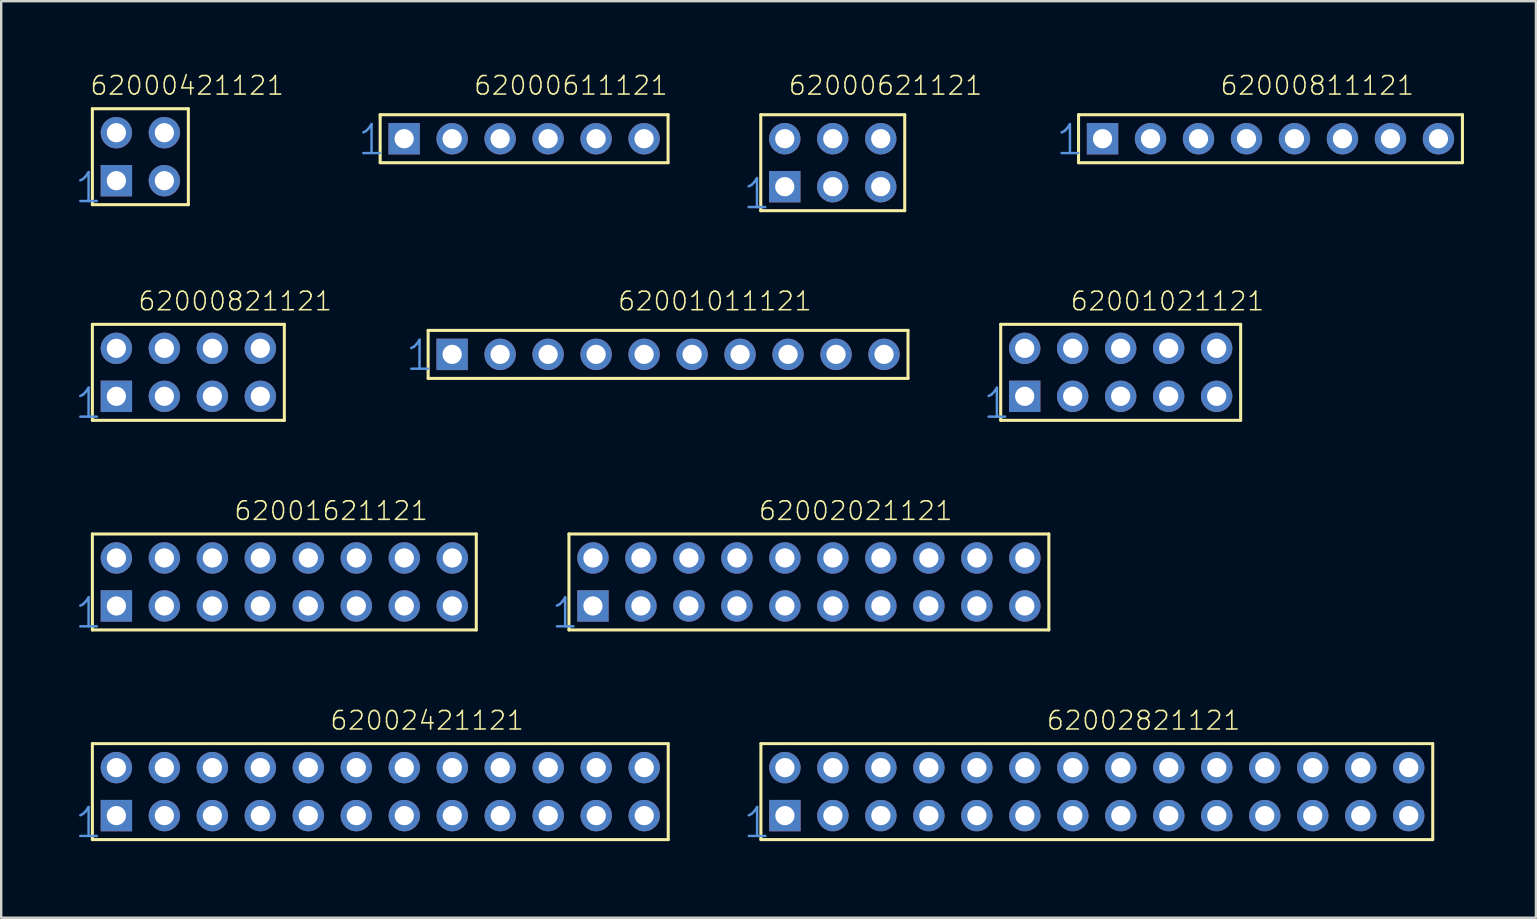
<source format=kicad_pcb>
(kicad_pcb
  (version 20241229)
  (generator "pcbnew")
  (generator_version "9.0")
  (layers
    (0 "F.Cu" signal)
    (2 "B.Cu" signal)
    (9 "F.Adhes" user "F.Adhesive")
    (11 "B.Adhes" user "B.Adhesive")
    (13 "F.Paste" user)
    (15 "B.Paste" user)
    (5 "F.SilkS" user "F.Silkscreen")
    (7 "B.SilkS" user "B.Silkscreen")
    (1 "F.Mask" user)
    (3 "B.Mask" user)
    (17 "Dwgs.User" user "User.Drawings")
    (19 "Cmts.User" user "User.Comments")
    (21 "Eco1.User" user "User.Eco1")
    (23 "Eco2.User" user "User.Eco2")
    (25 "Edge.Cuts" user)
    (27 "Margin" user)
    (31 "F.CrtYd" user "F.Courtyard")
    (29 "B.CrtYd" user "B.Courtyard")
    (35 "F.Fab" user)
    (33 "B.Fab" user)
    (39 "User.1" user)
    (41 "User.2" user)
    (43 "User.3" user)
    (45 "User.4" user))
  (footprint "62001021121"
    (layer "F.Cu")
    (at 43.657 12.468)
    (property "Reference" "62001021121" (at -2.136 -2.513 0) (layer "F.SilkS") (effects (font (size 0.772 0.772) (thickness 0.065)) (justify left bottom)))
    (attr through_hole)
    (fp_line (start -5 -2) (end -5 2) (stroke (width 0.127) (type solid)) (layer "F.SilkS"))
    (fp_line (start -5 2) (end 5 2) (stroke (width 0.127) (type solid)) (layer "F.SilkS"))
    (fp_line (start 5 -2) (end -5 -2) (stroke (width 0.127) (type solid)) (layer "F.SilkS"))
    (fp_line (start 5 2) (end 5 -2) (stroke (width 0.127) (type solid)) (layer "F.SilkS"))
    (fp_text user "1" (at -5.8 2 0) (layer "Cmts.User") (effects (font (size 1.206 1.206) (thickness 0.102)) (justify left bottom)))
    (pad "1" thru_hole rect (at -4 1) (size 1.308 1.308) (drill 0.8) (layers "*.Cu" "*.Mask"))
    (pad "2" thru_hole circle (at -2 1) (size 1.308 1.308) (drill 0.8) (layers "*.Cu" "*.Mask"))
    (pad "3" thru_hole circle (at 0 1) (size 1.308 1.308) (drill 0.8) (layers "*.Cu" "*.Mask"))
    (pad "4" thru_hole circle (at 2 1) (size 1.308 1.308) (drill 0.8) (layers "*.Cu" "*.Mask"))
    (pad "5" thru_hole circle (at 4 1) (size 1.308 1.308) (drill 0.8) (layers "*.Cu" "*.Mask"))
    (pad "6" thru_hole circle (at 4 -1) (size 1.308 1.308) (drill 0.8) (layers "*.Cu" "*.Mask"))
    (pad "7" thru_hole circle (at 2 -1) (size 1.308 1.308) (drill 0.8) (layers "*.Cu" "*.Mask"))
    (pad "8" thru_hole circle (at 0 -1) (size 1.308 1.308) (drill 0.8) (layers "*.Cu" "*.Mask"))
    (pad "9" thru_hole circle (at -2 -1) (size 1.308 1.308) (drill 0.8) (layers "*.Cu" "*.Mask"))
    (pad "10" thru_hole circle (at -4 -1) (size 1.308 1.308) (drill 0.8) (layers "*.Cu" "*.Mask")))
  (footprint "62001621121"
    (layer "F.Cu")
    (at 8.8 21.205)
    (property "Reference" "62001621121" (at -2.136 -2.513 0) (layer "F.SilkS") (effects (font (size 0.772 0.772) (thickness 0.065)) (justify left bottom)))
    (attr through_hole)
    (fp_line (start -8 -2) (end -8 2) (stroke (width 0.127) (type solid)) (layer "F.SilkS"))
    (fp_line (start -8 2) (end 8 2) (stroke (width 0.127) (type solid)) (layer "F.SilkS"))
    (fp_line (start 8 -2) (end -8 -2) (stroke (width 0.127) (type solid)) (layer "F.SilkS"))
    (fp_line (start 8 2) (end 8 -2) (stroke (width 0.127) (type solid)) (layer "F.SilkS"))
    (fp_text user "1" (at -8.8 2 0) (layer "Cmts.User") (effects (font (size 1.206 1.206) (thickness 0.102)) (justify left bottom)))
    (pad "1" thru_hole rect (at -7 1) (size 1.308 1.308) (drill 0.8) (layers "*.Cu" "*.Mask"))
    (pad "2" thru_hole circle (at -5 1) (size 1.308 1.308) (drill 0.8) (layers "*.Cu" "*.Mask"))
    (pad "3" thru_hole circle (at -3 1) (size 1.308 1.308) (drill 0.8) (layers "*.Cu" "*.Mask"))
    (pad "4" thru_hole circle (at -1 1) (size 1.308 1.308) (drill 0.8) (layers "*.Cu" "*.Mask"))
    (pad "5" thru_hole circle (at 1 1) (size 1.308 1.308) (drill 0.8) (layers "*.Cu" "*.Mask"))
    (pad "6" thru_hole circle (at 3 1) (size 1.308 1.308) (drill 0.8) (layers "*.Cu" "*.Mask"))
    (pad "7" thru_hole circle (at 5 1) (size 1.308 1.308) (drill 0.8) (layers "*.Cu" "*.Mask"))
    (pad "8" thru_hole circle (at 7 1) (size 1.308 1.308) (drill 0.8) (layers "*.Cu" "*.Mask"))
    (pad "9" thru_hole circle (at 7 -1) (size 1.308 1.308) (drill 0.8) (layers "*.Cu" "*.Mask"))
    (pad "10" thru_hole circle (at 5 -1) (size 1.308 1.308) (drill 0.8) (layers "*.Cu" "*.Mask"))
    (pad "11" thru_hole circle (at 3 -1) (size 1.308 1.308) (drill 0.8) (layers "*.Cu" "*.Mask"))
    (pad "12" thru_hole circle (at 1 -1) (size 1.308 1.308) (drill 0.8) (layers "*.Cu" "*.Mask"))
    (pad "13" thru_hole circle (at -1 -1) (size 1.308 1.308) (drill 0.8) (layers "*.Cu" "*.Mask"))
    (pad "14" thru_hole circle (at -3 -1) (size 1.308 1.308) (drill 0.8) (layers "*.Cu" "*.Mask"))
    (pad "15" thru_hole circle (at -5 -1) (size 1.308 1.308) (drill 0.8) (layers "*.Cu" "*.Mask"))
    (pad "16" thru_hole circle (at -7 -1) (size 1.308 1.308) (drill 0.8) (layers "*.Cu" "*.Mask")))
  (footprint "62002821121"
    (layer "F.Cu")
    (at 42.663 29.943)
    (property "Reference" "62002821121" (at -2.136 -2.513 0) (layer "F.SilkS") (effects (font (size 0.772 0.772) (thickness 0.065)) (justify left bottom)))
    (attr through_hole)
    (fp_line (start -14 -2) (end 14 -2) (stroke (width 0.127) (type solid)) (layer "F.SilkS"))
    (fp_line (start -14 2) (end -14 -2) (stroke (width 0.127) (type solid)) (layer "F.SilkS"))
    (fp_line (start 14 -2) (end 14 2) (stroke (width 0.127) (type solid)) (layer "F.SilkS"))
    (fp_line (start 14 2) (end -14 2) (stroke (width 0.127) (type solid)) (layer "F.SilkS"))
    (fp_text user "1" (at -14.8 2 0) (layer "Cmts.User") (effects (font (size 1.206 1.206) (thickness 0.102)) (justify left bottom)))
    (pad "1" thru_hole circle (at -13 -1) (size 1.308 1.308) (drill 0.8) (layers "*.Cu" "*.Mask"))
    (pad "2" thru_hole rect (at -13 1) (size 1.308 1.308) (drill 0.8) (layers "*.Cu" "*.Mask"))
    (pad "3" thru_hole circle (at -11 -1) (size 1.308 1.308) (drill 0.8) (layers "*.Cu" "*.Mask"))
    (pad "4" thru_hole circle (at -11 1) (size 1.308 1.308) (drill 0.8) (layers "*.Cu" "*.Mask"))
    (pad "5" thru_hole circle (at -9 -1) (size 1.308 1.308) (drill 0.8) (layers "*.Cu" "*.Mask"))
    (pad "6" thru_hole circle (at -9 1) (size 1.308 1.308) (drill 0.8) (layers "*.Cu" "*.Mask"))
    (pad "7" thru_hole circle (at -7 -1) (size 1.308 1.308) (drill 0.8) (layers "*.Cu" "*.Mask"))
    (pad "8" thru_hole circle (at -7 1) (size 1.308 1.308) (drill 0.8) (layers "*.Cu" "*.Mask"))
    (pad "9" thru_hole circle (at -5 -1) (size 1.308 1.308) (drill 0.8) (layers "*.Cu" "*.Mask"))
    (pad "10" thru_hole circle (at -5 1) (size 1.308 1.308) (drill 0.8) (layers "*.Cu" "*.Mask"))
    (pad "11" thru_hole circle (at -3 -1) (size 1.308 1.308) (drill 0.8) (layers "*.Cu" "*.Mask"))
    (pad "12" thru_hole circle (at -3 1) (size 1.308 1.308) (drill 0.8) (layers "*.Cu" "*.Mask"))
    (pad "13" thru_hole circle (at -1 -1) (size 1.308 1.308) (drill 0.8) (layers "*.Cu" "*.Mask"))
    (pad "14" thru_hole circle (at -1 1) (size 1.308 1.308) (drill 0.8) (layers "*.Cu" "*.Mask"))
    (pad "15" thru_hole circle (at 1 -1) (size 1.308 1.308) (drill 0.8) (layers "*.Cu" "*.Mask"))
    (pad "16" thru_hole circle (at 1 1) (size 1.308 1.308) (drill 0.8) (layers "*.Cu" "*.Mask"))
    (pad "17" thru_hole circle (at 3 -1) (size 1.308 1.308) (drill 0.8) (layers "*.Cu" "*.Mask"))
    (pad "18" thru_hole circle (at 3 1) (size 1.308 1.308) (drill 0.8) (layers "*.Cu" "*.Mask"))
    (pad "19" thru_hole circle (at 5 -1) (size 1.308 1.308) (drill 0.8) (layers "*.Cu" "*.Mask"))
    (pad "20" thru_hole circle (at 5 1) (size 1.308 1.308) (drill 0.8) (layers "*.Cu" "*.Mask"))
    (pad "21" thru_hole circle (at 7 -1) (size 1.308 1.308) (drill 0.8) (layers "*.Cu" "*.Mask"))
    (pad "22" thru_hole circle (at 7 1) (size 1.308 1.308) (drill 0.8) (layers "*.Cu" "*.Mask"))
    (pad "23" thru_hole circle (at 9 -1) (size 1.308 1.308) (drill 0.8) (layers "*.Cu" "*.Mask"))
    (pad "24" thru_hole circle (at 9 1) (size 1.308 1.308) (drill 0.8) (layers "*.Cu" "*.Mask"))
    (pad "25" thru_hole circle (at 11 -1) (size 1.308 1.308) (drill 0.8) (layers "*.Cu" "*.Mask"))
    (pad "26" thru_hole circle (at 11 1) (size 1.308 1.308) (drill 0.8) (layers "*.Cu" "*.Mask"))
    (pad "27" thru_hole circle (at 13 -1) (size 1.308 1.308) (drill 0.8) (layers "*.Cu" "*.Mask"))
    (pad "28" thru_hole circle (at 13 1) (size 1.308 1.308) (drill 0.8) (layers "*.Cu" "*.Mask")))
  (footprint "62000421121"
    (layer "F.Cu")
    (at 2.8 3.481)
    (property "Reference" "62000421121" (at -2.136 -2.513 0) (layer "F.SilkS") (effects (font (size 0.772 0.772) (thickness 0.065)) (justify left bottom)))
    (attr through_hole)
    (fp_line (start -2 -2) (end -2 2) (stroke (width 0.127) (type solid)) (layer "F.SilkS"))
    (fp_line (start -2 2) (end 2 2) (stroke (width 0.127) (type solid)) (layer "F.SilkS"))
    (fp_line (start 2 -2) (end -2 -2) (stroke (width 0.127) (type solid)) (layer "F.SilkS"))
    (fp_line (start 2 2) (end 2 -2) (stroke (width 0.127) (type solid)) (layer "F.SilkS"))
    (fp_text user "1" (at -2.8 2 0) (layer "Cmts.User") (effects (font (size 1.206 1.206) (thickness 0.102)) (justify left bottom)))
    (pad "1" thru_hole rect (at -1 1) (size 1.308 1.308) (drill 0.8) (layers "*.Cu" "*.Mask"))
    (pad "2" thru_hole circle (at 1 1) (size 1.308 1.308) (drill 0.8) (layers "*.Cu" "*.Mask"))
    (pad "3" thru_hole circle (at 1 -1) (size 1.308 1.308) (drill 0.8) (layers "*.Cu" "*.Mask"))
    (pad "4" thru_hole circle (at -1 -1) (size 1.308 1.308) (drill 0.8) (layers "*.Cu" "*.Mask")))
  (footprint "62000821121"
    (layer "F.Cu")
    (at 4.8 12.468)
    (property "Reference" "62000821121" (at -2.136 -2.513 0) (layer "F.SilkS") (effects (font (size 0.772 0.772) (thickness 0.065)) (justify left bottom)))
    (attr through_hole)
    (fp_line (start -4 -2) (end -4 2) (stroke (width 0.127) (type solid)) (layer "F.SilkS"))
    (fp_line (start -4 2) (end 4 2) (stroke (width 0.127) (type solid)) (layer "F.SilkS"))
    (fp_line (start 4 -2) (end -4 -2) (stroke (width 0.127) (type solid)) (layer "F.SilkS"))
    (fp_line (start 4 2) (end 4 -2) (stroke (width 0.127) (type solid)) (layer "F.SilkS"))
    (fp_text user "1" (at -4.8 2 0) (layer "Cmts.User") (effects (font (size 1.206 1.206) (thickness 0.102)) (justify left bottom)))
    (pad "1" thru_hole rect (at -3 1) (size 1.308 1.308) (drill 0.8) (layers "*.Cu" "*.Mask"))
    (pad "2" thru_hole circle (at -1 1) (size 1.308 1.308) (drill 0.8) (layers "*.Cu" "*.Mask"))
    (pad "3" thru_hole circle (at 1 1) (size 1.308 1.308) (drill 0.8) (layers "*.Cu" "*.Mask"))
    (pad "4" thru_hole circle (at 3 1) (size 1.308 1.308) (drill 0.8) (layers "*.Cu" "*.Mask"))
    (pad "5" thru_hole circle (at 3 -1) (size 1.308 1.308) (drill 0.8) (layers "*.Cu" "*.Mask"))
    (pad "6" thru_hole circle (at 1 -1) (size 1.308 1.308) (drill 0.8) (layers "*.Cu" "*.Mask"))
    (pad "7" thru_hole circle (at -1 -1) (size 1.308 1.308) (drill 0.8) (layers "*.Cu" "*.Mask"))
    (pad "8" thru_hole circle (at -3 -1) (size 1.308 1.308) (drill 0.8) (layers "*.Cu" "*.Mask")))
  (footprint "62000611121"
    (layer "F.Cu")
    (at 18.794 2.732)
    (property "Reference" "62000611121" (at -2.136 -1.765 0) (layer "F.SilkS") (effects (font (size 0.772 0.772) (thickness 0.065)) (justify left bottom)))
    (attr through_hole)
    (fp_line (start -6 -1) (end -6 1) (stroke (width 0.127) (type solid)) (layer "F.SilkS"))
    (fp_line (start -6 1) (end 6 1) (stroke (width 0.127) (type solid)) (layer "F.SilkS"))
    (fp_line (start 6 -1) (end -6 -1) (stroke (width 0.127) (type solid)) (layer "F.SilkS"))
    (fp_line (start 6 1) (end 6 -1) (stroke (width 0.127) (type solid)) (layer "F.SilkS"))
    (fp_text user "1" (at -7 0.75 0) (layer "Cmts.User") (effects (font (size 1.206 1.206) (thickness 0.102)) (justify left bottom)))
    (pad "1" thru_hole rect (at -5 0) (size 1.308 1.308) (drill 0.8) (layers "*.Cu" "*.Mask"))
    (pad "2" thru_hole circle (at -3 0) (size 1.308 1.308) (drill 0.8) (layers "*.Cu" "*.Mask"))
    (pad "3" thru_hole circle (at -1 0) (size 1.308 1.308) (drill 0.8) (layers "*.Cu" "*.Mask"))
    (pad "4" thru_hole circle (at 1 0) (size 1.308 1.308) (drill 0.8) (layers "*.Cu" "*.Mask"))
    (pad "5" thru_hole circle (at 3 0) (size 1.308 1.308) (drill 0.8) (layers "*.Cu" "*.Mask"))
    (pad "6" thru_hole circle (at 5 0) (size 1.308 1.308) (drill 0.8) (layers "*.Cu" "*.Mask")))
  (footprint "62000811121"
    (layer "F.Cu")
    (at 49.901 2.732)
    (property "Reference" "62000811121" (at -2.136 -1.765 0) (layer "F.SilkS") (effects (font (size 0.772 0.772) (thickness 0.065)) (justify left bottom)))
    (attr through_hole)
    (fp_line (start -8 -1) (end -8 1) (stroke (width 0.127) (type solid)) (layer "F.SilkS"))
    (fp_line (start -8 1) (end 8 1) (stroke (width 0.127) (type solid)) (layer "F.SilkS"))
    (fp_line (start 8 -1) (end -8 -1) (stroke (width 0.127) (type solid)) (layer "F.SilkS"))
    (fp_line (start 8 1) (end 8 -1) (stroke (width 0.127) (type solid)) (layer "F.SilkS"))
    (fp_text user "1" (at -9 0.75 0) (layer "Cmts.User") (effects (font (size 1.206 1.206) (thickness 0.102)) (justify left bottom)))
    (pad "1" thru_hole rect (at -7 0) (size 1.308 1.308) (drill 0.8) (layers "*.Cu" "*.Mask"))
    (pad "2" thru_hole circle (at -5 0) (size 1.308 1.308) (drill 0.8) (layers "*.Cu" "*.Mask"))
    (pad "3" thru_hole circle (at -3 0) (size 1.308 1.308) (drill 0.8) (layers "*.Cu" "*.Mask"))
    (pad "4" thru_hole circle (at -1 0) (size 1.308 1.308) (drill 0.8) (layers "*.Cu" "*.Mask"))
    (pad "5" thru_hole circle (at 1 0) (size 1.308 1.308) (drill 0.8) (layers "*.Cu" "*.Mask"))
    (pad "6" thru_hole circle (at 3 0) (size 1.308 1.308) (drill 0.8) (layers "*.Cu" "*.Mask"))
    (pad "7" thru_hole circle (at 5 0) (size 1.308 1.308) (drill 0.8) (layers "*.Cu" "*.Mask"))
    (pad "8" thru_hole circle (at 7 0) (size 1.308 1.308) (drill 0.8) (layers "*.Cu" "*.Mask")))
  (footprint "62002021121"
    (layer "F.Cu")
    (at 30.663 21.205)
    (property "Reference" "62002021121" (at -2.136 -2.513 0) (layer "F.SilkS") (effects (font (size 0.772 0.772) (thickness 0.065)) (justify left bottom)))
    (attr through_hole)
    (fp_line (start -10 -2) (end -10 2) (stroke (width 0.127) (type solid)) (layer "F.SilkS"))
    (fp_line (start -10 2) (end 10 2) (stroke (width 0.127) (type solid)) (layer "F.SilkS"))
    (fp_line (start 10 -2) (end -10 -2) (stroke (width 0.127) (type solid)) (layer "F.SilkS"))
    (fp_line (start 10 2) (end 10 -2) (stroke (width 0.127) (type solid)) (layer "F.SilkS"))
    (fp_text user "1" (at -10.8 2 0) (layer "Cmts.User") (effects (font (size 1.206 1.206) (thickness 0.102)) (justify left bottom)))
    (pad "1" thru_hole rect (at -9 1) (size 1.308 1.308) (drill 0.8) (layers "*.Cu" "*.Mask"))
    (pad "2" thru_hole circle (at -7 1) (size 1.308 1.308) (drill 0.8) (layers "*.Cu" "*.Mask"))
    (pad "3" thru_hole circle (at -5 1) (size 1.308 1.308) (drill 0.8) (layers "*.Cu" "*.Mask"))
    (pad "4" thru_hole circle (at -3 1) (size 1.308 1.308) (drill 0.8) (layers "*.Cu" "*.Mask"))
    (pad "5" thru_hole circle (at -1 1) (size 1.308 1.308) (drill 0.8) (layers "*.Cu" "*.Mask"))
    (pad "6" thru_hole circle (at 1 1) (size 1.308 1.308) (drill 0.8) (layers "*.Cu" "*.Mask"))
    (pad "7" thru_hole circle (at 3 1) (size 1.308 1.308) (drill 0.8) (layers "*.Cu" "*.Mask"))
    (pad "8" thru_hole circle (at 5 1) (size 1.308 1.308) (drill 0.8) (layers "*.Cu" "*.Mask"))
    (pad "9" thru_hole circle (at 7 1) (size 1.308 1.308) (drill 0.8) (layers "*.Cu" "*.Mask"))
    (pad "10" thru_hole circle (at 9 1) (size 1.308 1.308) (drill 0.8) (layers "*.Cu" "*.Mask"))
    (pad "11" thru_hole circle (at 9 -1) (size 1.308 1.308) (drill 0.8) (layers "*.Cu" "*.Mask"))
    (pad "12" thru_hole circle (at 7 -1) (size 1.308 1.308) (drill 0.8) (layers "*.Cu" "*.Mask"))
    (pad "13" thru_hole circle (at 5 -1) (size 1.308 1.308) (drill 0.8) (layers "*.Cu" "*.Mask"))
    (pad "14" thru_hole circle (at 3 -1) (size 1.308 1.308) (drill 0.8) (layers "*.Cu" "*.Mask"))
    (pad "15" thru_hole circle (at 1 -1) (size 1.308 1.308) (drill 0.8) (layers "*.Cu" "*.Mask"))
    (pad "16" thru_hole circle (at -1 -1) (size 1.308 1.308) (drill 0.8) (layers "*.Cu" "*.Mask"))
    (pad "17" thru_hole circle (at -3 -1) (size 1.308 1.308) (drill 0.8) (layers "*.Cu" "*.Mask"))
    (pad "18" thru_hole circle (at -5 -1) (size 1.308 1.308) (drill 0.8) (layers "*.Cu" "*.Mask"))
    (pad "19" thru_hole circle (at -7 -1) (size 1.308 1.308) (drill 0.8) (layers "*.Cu" "*.Mask"))
    (pad "20" thru_hole circle (at -9 -1) (size 1.308 1.308) (drill 0.8) (layers "*.Cu" "*.Mask")))
  (footprint "62001011121"
    (layer "F.Cu")
    (at 24.794 11.72)
    (property "Reference" "62001011121" (at -2.136 -1.765 0) (layer "F.SilkS") (effects (font (size 0.772 0.772) (thickness 0.065)) (justify left bottom)))
    (attr through_hole)
    (fp_line (start -10 -1) (end 10 -1) (stroke (width 0.127) (type solid)) (layer "F.SilkS"))
    (fp_line (start -10 1) (end -10 -1) (stroke (width 0.127) (type solid)) (layer "F.SilkS"))
    (fp_line (start 10 -1) (end 10 1) (stroke (width 0.127) (type solid)) (layer "F.SilkS"))
    (fp_line (start 10 1) (end -10 1) (stroke (width 0.127) (type solid)) (layer "F.SilkS"))
    (fp_text user "1" (at -11 0.75 0) (layer "Cmts.User") (effects (font (size 1.206 1.206) (thickness 0.102)) (justify left bottom)))
    (pad "1" thru_hole rect (at -9 0) (size 1.308 1.308) (drill 0.8) (layers "*.Cu" "*.Mask"))
    (pad "2" thru_hole circle (at -7 0) (size 1.308 1.308) (drill 0.8) (layers "*.Cu" "*.Mask"))
    (pad "3" thru_hole circle (at -5 0) (size 1.308 1.308) (drill 0.8) (layers "*.Cu" "*.Mask"))
    (pad "4" thru_hole circle (at -3 0) (size 1.308 1.308) (drill 0.8) (layers "*.Cu" "*.Mask"))
    (pad "5" thru_hole circle (at -1 0) (size 1.308 1.308) (drill 0.8) (layers "*.Cu" "*.Mask"))
    (pad "6" thru_hole circle (at 1 0) (size 1.308 1.308) (drill 0.8) (layers "*.Cu" "*.Mask"))
    (pad "7" thru_hole circle (at 3 0) (size 1.308 1.308) (drill 0.8) (layers "*.Cu" "*.Mask"))
    (pad "8" thru_hole circle (at 5 0) (size 1.308 1.308) (drill 0.8) (layers "*.Cu" "*.Mask"))
    (pad "9" thru_hole circle (at 7 0) (size 1.308 1.308) (drill 0.8) (layers "*.Cu" "*.Mask"))
    (pad "10" thru_hole circle (at 9 0) (size 1.308 1.308) (drill 0.8) (layers "*.Cu" "*.Mask")))
  (footprint "62002421121"
    (layer "F.Cu")
    (at 12.8 29.943)
    (property "Reference" "62002421121" (at -2.136 -2.513 0) (layer "F.SilkS") (effects (font (size 0.772 0.772) (thickness 0.065)) (justify left bottom)))
    (attr through_hole)
    (fp_line (start -12 -2) (end -12 2) (stroke (width 0.127) (type solid)) (layer "F.SilkS"))
    (fp_line (start -12 2) (end 12 2) (stroke (width 0.127) (type solid)) (layer "F.SilkS"))
    (fp_line (start 12 -2) (end -12 -2) (stroke (width 0.127) (type solid)) (layer "F.SilkS"))
    (fp_line (start 12 2) (end 12 -2) (stroke (width 0.127) (type solid)) (layer "F.SilkS"))
    (fp_text user "1" (at -12.8 2 0) (layer "Cmts.User") (effects (font (size 1.206 1.206) (thickness 0.102)) (justify left bottom)))
    (pad "1" thru_hole rect (at -11 1) (size 1.308 1.308) (drill 0.8) (layers "*.Cu" "*.Mask"))
    (pad "2" thru_hole circle (at -9 1) (size 1.308 1.308) (drill 0.8) (layers "*.Cu" "*.Mask"))
    (pad "3" thru_hole circle (at -7 1) (size 1.308 1.308) (drill 0.8) (layers "*.Cu" "*.Mask"))
    (pad "4" thru_hole circle (at -5 1) (size 1.308 1.308) (drill 0.8) (layers "*.Cu" "*.Mask"))
    (pad "5" thru_hole circle (at -3 1) (size 1.308 1.308) (drill 0.8) (layers "*.Cu" "*.Mask"))
    (pad "6" thru_hole circle (at -1 1) (size 1.308 1.308) (drill 0.8) (layers "*.Cu" "*.Mask"))
    (pad "7" thru_hole circle (at 1 1) (size 1.308 1.308) (drill 0.8) (layers "*.Cu" "*.Mask"))
    (pad "8" thru_hole circle (at 3 1) (size 1.308 1.308) (drill 0.8) (layers "*.Cu" "*.Mask"))
    (pad "9" thru_hole circle (at 5 1) (size 1.308 1.308) (drill 0.8) (layers "*.Cu" "*.Mask"))
    (pad "10" thru_hole circle (at 7 1) (size 1.308 1.308) (drill 0.8) (layers "*.Cu" "*.Mask"))
    (pad "11" thru_hole circle (at 9 1) (size 1.308 1.308) (drill 0.8) (layers "*.Cu" "*.Mask"))
    (pad "12" thru_hole circle (at 11 1) (size 1.308 1.308) (drill 0.8) (layers "*.Cu" "*.Mask"))
    (pad "13" thru_hole circle (at 11 -1) (size 1.308 1.308) (drill 0.8) (layers "*.Cu" "*.Mask"))
    (pad "14" thru_hole circle (at 9 -1) (size 1.308 1.308) (drill 0.8) (layers "*.Cu" "*.Mask"))
    (pad "15" thru_hole circle (at 7 -1) (size 1.308 1.308) (drill 0.8) (layers "*.Cu" "*.Mask"))
    (pad "16" thru_hole circle (at 5 -1) (size 1.308 1.308) (drill 0.8) (layers "*.Cu" "*.Mask"))
    (pad "17" thru_hole circle (at 3 -1) (size 1.308 1.308) (drill 0.8) (layers "*.Cu" "*.Mask"))
    (pad "18" thru_hole circle (at 1 -1) (size 1.308 1.308) (drill 0.8) (layers "*.Cu" "*.Mask"))
    (pad "19" thru_hole circle (at -1 -1) (size 1.308 1.308) (drill 0.8) (layers "*.Cu" "*.Mask"))
    (pad "20" thru_hole circle (at -3 -1) (size 1.308 1.308) (drill 0.8) (layers "*.Cu" "*.Mask"))
    (pad "21" thru_hole circle (at -5 -1) (size 1.308 1.308) (drill 0.8) (layers "*.Cu" "*.Mask"))
    (pad "22" thru_hole circle (at -7 -1) (size 1.308 1.308) (drill 0.8) (layers "*.Cu" "*.Mask"))
    (pad "23" thru_hole circle (at -9 -1) (size 1.308 1.308) (drill 0.8) (layers "*.Cu" "*.Mask"))
    (pad "24" thru_hole circle (at -11 -1) (size 1.308 1.308) (drill 0.8) (layers "*.Cu" "*.Mask")))
  (footprint "62000621121"
    (layer "F.Cu")
    (at 31.657 3.731)
    (property "Reference" "62000621121" (at -1.886 -2.763 0) (layer "F.SilkS") (effects (font (size 0.772 0.772) (thickness 0.065)) (justify left bottom)))
    (attr through_hole)
    (fp_line (start -3 -2) (end -3 2) (stroke (width 0.127) (type solid)) (layer "F.SilkS"))
    (fp_line (start -3 2) (end 3 2) (stroke (width 0.127) (type solid)) (layer "F.SilkS"))
    (fp_line (start 3 -2) (end -3 -2) (stroke (width 0.127) (type solid)) (layer "F.SilkS"))
    (fp_line (start 3 2) (end 3 -2) (stroke (width 0.127) (type solid)) (layer "F.SilkS"))
    (fp_text user "1" (at -3.8 2 0) (layer "Cmts.User") (effects (font (size 1.206 1.206) (thickness 0.102)) (justify left bottom)))
    (pad "1" thru_hole rect (at -2 1) (size 1.308 1.308) (drill 0.8) (layers "*.Cu" "*.Mask"))
    (pad "2" thru_hole circle (at 0 1) (size 1.308 1.308) (drill 0.8) (layers "*.Cu" "*.Mask"))
    (pad "3" thru_hole circle (at 2 1) (size 1.308 1.308) (drill 0.8) (layers "*.Cu" "*.Mask"))
    (pad "4" thru_hole circle (at 2 -1) (size 1.308 1.308) (drill 0.8) (layers "*.Cu" "*.Mask"))
    (pad "5" thru_hole circle (at 0 -1) (size 1.308 1.308) (drill 0.8) (layers "*.Cu" "*.Mask"))
    (pad "6" thru_hole circle (at -2 -1) (size 1.308 1.308) (drill 0.8) (layers "*.Cu" "*.Mask")))
  (gr_rect
    (start -3 -3)
    (end 60.964 35.2)
    (stroke (width 0.1) (type default))
    (fill no)
    (layer "Edge.Cuts")))
</source>
